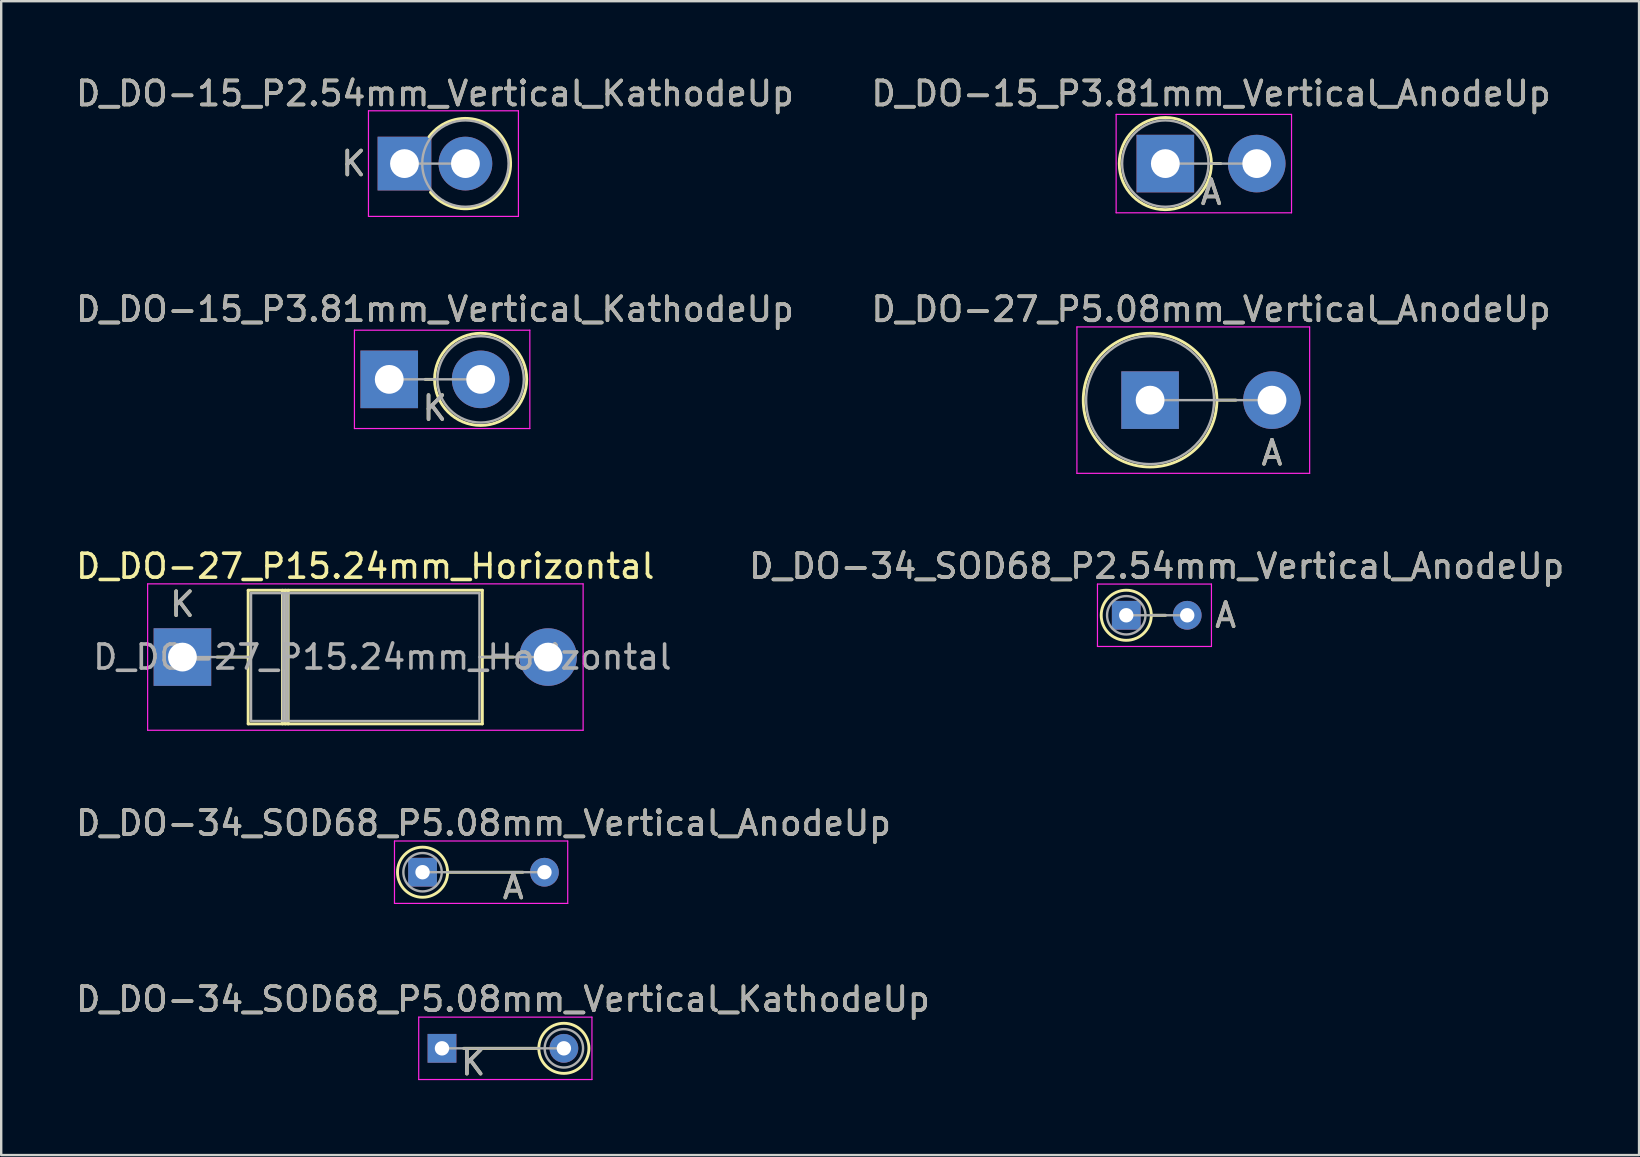
<source format=kicad_pcb>
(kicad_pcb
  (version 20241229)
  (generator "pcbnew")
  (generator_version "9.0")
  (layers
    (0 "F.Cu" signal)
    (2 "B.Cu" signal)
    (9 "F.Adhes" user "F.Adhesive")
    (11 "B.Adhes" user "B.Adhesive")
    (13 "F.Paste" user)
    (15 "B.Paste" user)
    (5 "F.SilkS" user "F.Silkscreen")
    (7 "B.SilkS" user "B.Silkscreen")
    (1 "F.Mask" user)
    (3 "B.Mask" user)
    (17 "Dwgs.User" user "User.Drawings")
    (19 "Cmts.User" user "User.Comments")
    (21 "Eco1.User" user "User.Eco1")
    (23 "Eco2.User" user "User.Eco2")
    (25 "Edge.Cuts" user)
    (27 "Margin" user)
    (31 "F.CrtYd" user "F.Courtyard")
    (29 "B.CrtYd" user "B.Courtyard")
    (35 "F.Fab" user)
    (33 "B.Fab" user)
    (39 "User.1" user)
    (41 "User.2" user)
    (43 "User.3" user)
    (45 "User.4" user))
  (footprint "D_DO-27_P15.24mm_Horizontal"
    (layer "F.Cu")
    (at 4.553 24.335)
    (property "Reference" "D_DO-27_P15.24mm_Horizontal" (at 7.62 -3.785 0) (layer "F.SilkS") (effects (font (size 1 1) (thickness 0.15))))
    (attr through_hole)
    (fp_line (start 1.44 0) (end 2.74 0) (stroke (width 0.12) (type solid)) (layer "F.SilkS"))
    (fp_line (start 2.74 -2.785) (end 2.74 2.785) (stroke (width 0.12) (type solid)) (layer "F.SilkS"))
    (fp_line (start 2.74 2.785) (end 12.5 2.785) (stroke (width 0.12) (type solid)) (layer "F.SilkS"))
    (fp_line (start 4.168 -2.785) (end 4.168 2.785) (stroke (width 0.12) (type solid)) (layer "F.SilkS"))
    (fp_line (start 4.288 -2.785) (end 4.288 2.785) (stroke (width 0.12) (type solid)) (layer "F.SilkS"))
    (fp_line (start 4.408 -2.785) (end 4.408 2.785) (stroke (width 0.12) (type solid)) (layer "F.SilkS"))
    (fp_line (start 12.5 -2.785) (end 2.74 -2.785) (stroke (width 0.12) (type solid)) (layer "F.SilkS"))
    (fp_line (start 12.5 2.785) (end 12.5 -2.785) (stroke (width 0.12) (type solid)) (layer "F.SilkS"))
    (fp_line (start 13.8 0) (end 12.5 0) (stroke (width 0.12) (type solid)) (layer "F.SilkS"))
    (fp_line (start -1.45 -3.05) (end -1.45 3.05) (stroke (width 0.05) (type solid)) (layer "F.CrtYd"))
    (fp_line (start -1.45 3.05) (end 16.7 3.05) (stroke (width 0.05) (type solid)) (layer "F.CrtYd"))
    (fp_line (start 16.7 -3.05) (end -1.45 -3.05) (stroke (width 0.05) (type solid)) (layer "F.CrtYd"))
    (fp_line (start 16.7 3.05) (end 16.7 -3.05) (stroke (width 0.05) (type solid)) (layer "F.CrtYd"))
    (fp_line (start 0 0) (end 2.86 0) (stroke (width 0.1) (type solid)) (layer "F.Fab"))
    (fp_line (start 2.86 -2.665) (end 2.86 2.665) (stroke (width 0.1) (type solid)) (layer "F.Fab"))
    (fp_line (start 2.86 2.665) (end 12.38 2.665) (stroke (width 0.1) (type solid)) (layer "F.Fab"))
    (fp_line (start 4.188 -2.665) (end 4.188 2.665) (stroke (width 0.1) (type solid)) (layer "F.Fab"))
    (fp_line (start 4.288 -2.665) (end 4.288 2.665) (stroke (width 0.1) (type solid)) (layer "F.Fab"))
    (fp_line (start 4.388 -2.665) (end 4.388 2.665) (stroke (width 0.1) (type solid)) (layer "F.Fab"))
    (fp_line (start 12.38 -2.665) (end 2.86 -2.665) (stroke (width 0.1) (type solid)) (layer "F.Fab"))
    (fp_line (start 12.38 2.665) (end 12.38 -2.665) (stroke (width 0.1) (type solid)) (layer "F.Fab"))
    (fp_line (start 15.24 0) (end 12.38 0) (stroke (width 0.1) (type solid)) (layer "F.Fab"))
    (fp_text user "K" (at 0 -2.2 0) (layer "F.SilkS") (effects (font (size 1 1) (thickness 0.15))))
    (fp_text user "${REFERENCE}" (at 8.334 0 0) (layer "F.Fab") (effects (font (size 1 1) (thickness 0.15))))
    (fp_text user "K" (at 0 -2.2 0) (layer "F.Fab") (effects (font (size 1 1) (thickness 0.15))))
    (pad "1" thru_hole rect (at 0 0) (size 2.4 2.4) (drill 1.2) (layers "*.Cu" "*.Mask"))
    (pad "2" thru_hole oval (at 15.24 0) (size 2.4 2.4) (drill 1.2) (layers "*.Cu" "*.Mask")))
  (footprint "D_DO-15_P3.81mm_Vertical_AnodeUp"
    (layer "F.Cu")
    (at 45.518 3.768)
    (property "Reference" "D_DO-15_P3.81mm_Vertical_AnodeUp" (at 1.905 -2.92 0) (layer "F.SilkS") (effects (font (size 1 1) (thickness 0.15))))
    (attr through_hole)
    (fp_line (start 1.92 0) (end 2.31 0) (stroke (width 0.12) (type solid)) (layer "F.SilkS"))
    (fp_circle (center 0 0) (end 1.92 0) (stroke (width 0.12) (type solid)) (fill no) (layer "F.SilkS"))
    (fp_line (start -2.05 -2.05) (end -2.05 2.05) (stroke (width 0.05) (type solid)) (layer "F.CrtYd"))
    (fp_line (start -2.05 2.05) (end 5.26 2.05) (stroke (width 0.05) (type solid)) (layer "F.CrtYd"))
    (fp_line (start 5.26 -2.05) (end -2.05 -2.05) (stroke (width 0.05) (type solid)) (layer "F.CrtYd"))
    (fp_line (start 5.26 2.05) (end 5.26 -2.05) (stroke (width 0.05) (type solid)) (layer "F.CrtYd"))
    (fp_line (start 0 0) (end 3.81 0) (stroke (width 0.1) (type solid)) (layer "F.Fab"))
    (fp_circle (center 0 0) (end 1.8 0) (stroke (width 0.1) (type solid)) (fill no) (layer "F.Fab"))
    (fp_text user "A" (at 1.91 1.2 0) (layer "F.SilkS") (effects (font (size 1 1) (thickness 0.15))))
    (fp_text user "${REFERENCE}" (at 1.905 -2.92 0) (layer "F.Fab") (effects (font (size 1 1) (thickness 0.15))))
    (fp_text user "A" (at 1.91 1.2 0) (layer "F.Fab") (effects (font (size 1 1) (thickness 0.15))))
    (pad "1" thru_hole rect (at 0 0) (size 2.4 2.4) (drill 1.2) (layers "*.Cu" "*.Mask"))
    (pad "2" thru_hole oval (at 3.81 0) (size 2.4 2.4) (drill 1.2) (layers "*.Cu" "*.Mask")))
  (footprint "D_DO-34_SOD68_P5.08mm_Vertical_AnodeUp"
    (layer "F.Cu")
    (at 14.561 33.302)
    (property "Reference" "D_DO-34_SOD68_P5.08mm_Vertical_AnodeUp" (at 2.54 -2.044 0) (layer "F.SilkS") (effects (font (size 1 1) (thickness 0.15))))
    (attr through_hole)
    (fp_line (start 1.044 0) (end 4.18 0) (stroke (width 0.12) (type solid)) (layer "F.SilkS"))
    (fp_circle (center 0 0) (end 1.044 0) (stroke (width 0.12) (type solid)) (fill no) (layer "F.SilkS"))
    (fp_line (start -1.17 -1.3) (end -1.17 1.3) (stroke (width 0.05) (type solid)) (layer "F.CrtYd"))
    (fp_line (start -1.17 1.3) (end 6.05 1.3) (stroke (width 0.05) (type solid)) (layer "F.CrtYd"))
    (fp_line (start 6.05 -1.3) (end -1.17 -1.3) (stroke (width 0.05) (type solid)) (layer "F.CrtYd"))
    (fp_line (start 6.05 1.3) (end 6.05 -1.3) (stroke (width 0.05) (type solid)) (layer "F.CrtYd"))
    (fp_line (start 0 0) (end 5.08 0) (stroke (width 0.1) (type solid)) (layer "F.Fab"))
    (fp_circle (center 0 0) (end 0.8 0) (stroke (width 0.1) (type solid)) (fill no) (layer "F.Fab"))
    (fp_text user "A" (at 3.78 0.6 0) (layer "F.SilkS") (effects (font (size 1 1) (thickness 0.15))))
    (fp_text user "${REFERENCE}" (at 2.54 -2.044 0) (layer "F.Fab") (effects (font (size 1 1) (thickness 0.15))))
    (fp_text user "A" (at 3.78 0.6 0) (layer "F.Fab") (effects (font (size 1 1) (thickness 0.15))))
    (pad "1" thru_hole rect (at 0 0) (size 1.2 1.2) (drill 0.6) (layers "*.Cu" "*.Mask"))
    (pad "2" thru_hole oval (at 5.08 0) (size 1.2 1.2) (drill 0.6) (layers "*.Cu" "*.Mask")))
  (footprint "D_DO-34_SOD68_P2.54mm_Vertical_AnodeUp"
    (layer "F.Cu")
    (at 43.89 22.593)
    (property "Reference" "D_DO-34_SOD68_P2.54mm_Vertical_AnodeUp" (at 1.27 -2.044 0) (layer "F.SilkS") (effects (font (size 1 1) (thickness 0.15))))
    (attr through_hole)
    (fp_line (start 1.044 0) (end 1.64 0) (stroke (width 0.12) (type solid)) (layer "F.SilkS"))
    (fp_circle (center 0 0) (end 1.044 0) (stroke (width 0.12) (type solid)) (fill no) (layer "F.SilkS"))
    (fp_line (start -1.2 -1.3) (end -1.2 1.3) (stroke (width 0.05) (type solid)) (layer "F.CrtYd"))
    (fp_line (start -1.2 1.3) (end 3.55 1.3) (stroke (width 0.05) (type solid)) (layer "F.CrtYd"))
    (fp_line (start 3.55 -1.3) (end -1.2 -1.3) (stroke (width 0.05) (type solid)) (layer "F.CrtYd"))
    (fp_line (start 3.55 1.3) (end 3.55 -1.3) (stroke (width 0.05) (type solid)) (layer "F.CrtYd"))
    (fp_line (start 0 0) (end 2.54 0) (stroke (width 0.1) (type solid)) (layer "F.Fab"))
    (fp_circle (center 0 0) (end 0.8 0) (stroke (width 0.1) (type solid)) (fill no) (layer "F.Fab"))
    (fp_text user "A" (at 4.14 0 0) (layer "F.SilkS") (effects (font (size 1 1) (thickness 0.15))))
    (fp_text user "${REFERENCE}" (at 1.27 -2.044 0) (layer "F.Fab") (effects (font (size 1 1) (thickness 0.15))))
    (fp_text user "A" (at 4.14 0 0) (layer "F.Fab") (effects (font (size 1 1) (thickness 0.15))))
    (pad "1" thru_hole rect (at 0 0) (size 1.2 1.2) (drill 0.6) (layers "*.Cu" "*.Mask"))
    (pad "2" thru_hole oval (at 2.54 0) (size 1.2 1.2) (drill 0.6) (layers "*.Cu" "*.Mask")))
  (footprint "D_DO-34_SOD68_P5.08mm_Vertical_KathodeUp"
    (layer "F.Cu")
    (at 15.371 40.642)
    (property "Reference" "D_DO-34_SOD68_P5.08mm_Vertical_KathodeUp" (at 2.54 -2.044 0) (layer "F.SilkS") (effects (font (size 1 1) (thickness 0.15))))
    (attr through_hole)
    (fp_line (start 4.036 0) (end 0.9 0) (stroke (width 0.12) (type solid)) (layer "F.SilkS"))
    (fp_circle (center 5.08 0) (end 6.124 0) (stroke (width 0.12) (type solid)) (fill no) (layer "F.SilkS"))
    (fp_line (start -0.97 -1.3) (end -0.97 1.3) (stroke (width 0.05) (type solid)) (layer "F.CrtYd"))
    (fp_line (start -0.97 1.3) (end 6.25 1.3) (stroke (width 0.05) (type solid)) (layer "F.CrtYd"))
    (fp_line (start 6.25 -1.3) (end -0.97 -1.3) (stroke (width 0.05) (type solid)) (layer "F.CrtYd"))
    (fp_line (start 6.25 1.3) (end 6.25 -1.3) (stroke (width 0.05) (type solid)) (layer "F.CrtYd"))
    (fp_line (start 0 0) (end 5.08 0) (stroke (width 0.1) (type solid)) (layer "F.Fab"))
    (fp_circle (center 5.08 0) (end 5.88 0) (stroke (width 0.1) (type solid)) (fill no) (layer "F.Fab"))
    (fp_text user "K" (at 1.3 0.6 0) (layer "F.SilkS") (effects (font (size 1 1) (thickness 0.15))))
    (fp_text user "${REFERENCE}" (at 2.54 -2.044 0) (layer "F.Fab") (effects (font (size 1 1) (thickness 0.15))))
    (fp_text user "K" (at 1.3 0.6 0) (layer "F.Fab") (effects (font (size 1 1) (thickness 0.15))))
    (pad "1" thru_hole rect (at 0 0) (size 1.2 1.2) (drill 0.6) (layers "*.Cu" "*.Mask"))
    (pad "2" thru_hole oval (at 5.08 0) (size 1.2 1.2) (drill 0.6) (layers "*.Cu" "*.Mask")))
  (footprint "D_DO-15_P2.54mm_Vertical_KathodeUp"
    (layer "F.Cu")
    (at 13.807 3.768)
    (property "Reference" "D_DO-15_P2.54mm_Vertical_KathodeUp" (at 1.27 -2.92 0) (layer "F.SilkS") (effects (font (size 1 1) (thickness 0.15))))
    (attr through_hole)
    (fp_arc (start 1.025404 -1.12) (mid 4.423124 -0.047368) (end 1.083629 1.194732) (stroke (width 0.12) (type solid)) (layer "F.SilkS"))
    (fp_line (start -1.5 -2.2) (end -1.5 2.2) (stroke (width 0.05) (type solid)) (layer "F.CrtYd"))
    (fp_line (start -1.5 2.2) (end 4.75 2.2) (stroke (width 0.05) (type solid)) (layer "F.CrtYd"))
    (fp_line (start 4.75 -2.2) (end -1.5 -2.2) (stroke (width 0.05) (type solid)) (layer "F.CrtYd"))
    (fp_line (start 4.75 2.2) (end 4.75 -2.2) (stroke (width 0.05) (type solid)) (layer "F.CrtYd"))
    (fp_line (start 0 0) (end 2.54 0) (stroke (width 0.1) (type solid)) (layer "F.Fab"))
    (fp_circle (center 2.54 0) (end 4.34 0) (stroke (width 0.1) (type solid)) (fill no) (layer "F.Fab"))
    (fp_text user "K" (at -2.12 0 0) (layer "F.SilkS") (effects (font (size 1 1) (thickness 0.15))))
    (fp_text user "K" (at -2.12 0 0) (layer "F.Fab") (effects (font (size 1 1) (thickness 0.15))))
    (fp_text user "${REFERENCE}" (at 1.27 -2.92 0) (layer "F.Fab") (effects (font (size 1 1) (thickness 0.15))))
    (pad "1" thru_hole rect (at 0 0) (size 2.24 2.24) (drill 1.2) (layers "*.Cu" "*.Mask"))
    (pad "2" thru_hole oval (at 2.54 0) (size 2.24 2.24) (drill 1.2) (layers "*.Cu" "*.Mask")))
  (footprint "D_DO-27_P5.08mm_Vertical_AnodeUp"
    (layer "F.Cu")
    (at 44.883 13.627)
    (property "Reference" "D_DO-27_P5.08mm_Vertical_AnodeUp" (at 2.54 -3.785 0) (layer "F.SilkS") (effects (font (size 1 1) (thickness 0.15))))
    (attr through_hole)
    (fp_line (start 2.785 0) (end 3.58 0) (stroke (width 0.12) (type solid)) (layer "F.SilkS"))
    (fp_circle (center 0 0) (end 2.785 0) (stroke (width 0.12) (type solid)) (fill no) (layer "F.SilkS"))
    (fp_line (start -3.05 -3.05) (end -3.05 3.05) (stroke (width 0.05) (type solid)) (layer "F.CrtYd"))
    (fp_line (start -3.05 3.05) (end 6.65 3.05) (stroke (width 0.05) (type solid)) (layer "F.CrtYd"))
    (fp_line (start 6.65 -3.05) (end -3.05 -3.05) (stroke (width 0.05) (type solid)) (layer "F.CrtYd"))
    (fp_line (start 6.65 3.05) (end 6.65 -3.05) (stroke (width 0.05) (type solid)) (layer "F.CrtYd"))
    (fp_line (start 0 0) (end 5.08 0) (stroke (width 0.1) (type solid)) (layer "F.Fab"))
    (fp_circle (center 0 0) (end 2.665 0) (stroke (width 0.1) (type solid)) (fill no) (layer "F.Fab"))
    (fp_text user "A" (at 5.08 2.2 0) (layer "F.SilkS") (effects (font (size 1 1) (thickness 0.15))))
    (fp_text user "A" (at 5.08 2.2 0) (layer "F.Fab") (effects (font (size 1 1) (thickness 0.15))))
    (fp_text user "${REFERENCE}" (at 2.54 -3.785 0) (layer "F.Fab") (effects (font (size 1 1) (thickness 0.15))))
    (pad "1" thru_hole rect (at 0 0) (size 2.4 2.4) (drill 1.2) (layers "*.Cu" "*.Mask"))
    (pad "2" thru_hole oval (at 5.08 0) (size 2.4 2.4) (drill 1.2) (layers "*.Cu" "*.Mask")))
  (footprint "D_DO-15_P3.81mm_Vertical_KathodeUp"
    (layer "F.Cu")
    (at 13.172 12.761)
    (property "Reference" "D_DO-15_P3.81mm_Vertical_KathodeUp" (at 1.905 -2.92 0) (layer "F.SilkS") (effects (font (size 1 1) (thickness 0.15))))
    (attr through_hole)
    (fp_line (start 1.89 0) (end 1.5 0) (stroke (width 0.12) (type solid)) (layer "F.SilkS"))
    (fp_circle (center 3.81 0) (end 5.73 0) (stroke (width 0.12) (type solid)) (fill no) (layer "F.SilkS"))
    (fp_line (start -1.45 -2.05) (end -1.45 2.05) (stroke (width 0.05) (type solid)) (layer "F.CrtYd"))
    (fp_line (start -1.45 2.05) (end 5.86 2.05) (stroke (width 0.05) (type solid)) (layer "F.CrtYd"))
    (fp_line (start 5.86 -2.05) (end -1.45 -2.05) (stroke (width 0.05) (type solid)) (layer "F.CrtYd"))
    (fp_line (start 5.86 2.05) (end 5.86 -2.05) (stroke (width 0.05) (type solid)) (layer "F.CrtYd"))
    (fp_line (start 0 0) (end 3.81 0) (stroke (width 0.1) (type solid)) (layer "F.Fab"))
    (fp_circle (center 3.81 0) (end 5.61 0) (stroke (width 0.1) (type solid)) (fill no) (layer "F.Fab"))
    (fp_text user "K" (at 1.9 1.2 0) (layer "F.SilkS") (effects (font (size 1 1) (thickness 0.15))))
    (fp_text user "${REFERENCE}" (at 1.905 -2.92 0) (layer "F.Fab") (effects (font (size 1 1) (thickness 0.15))))
    (fp_text user "K" (at 1.9 1.2 0) (layer "F.Fab") (effects (font (size 1 1) (thickness 0.15))))
    (pad "1" thru_hole rect (at 0 0) (size 2.4 2.4) (drill 1.2) (layers "*.Cu" "*.Mask"))
    (pad "2" thru_hole oval (at 3.81 0) (size 2.4 2.4) (drill 1.2) (layers "*.Cu" "*.Mask")))
  (gr_rect
    (start -3 -3)
    (end 65.262 45.09)
    (stroke (width 0.1) (type default))
    (fill no)
    (layer "Edge.Cuts")))
</source>
